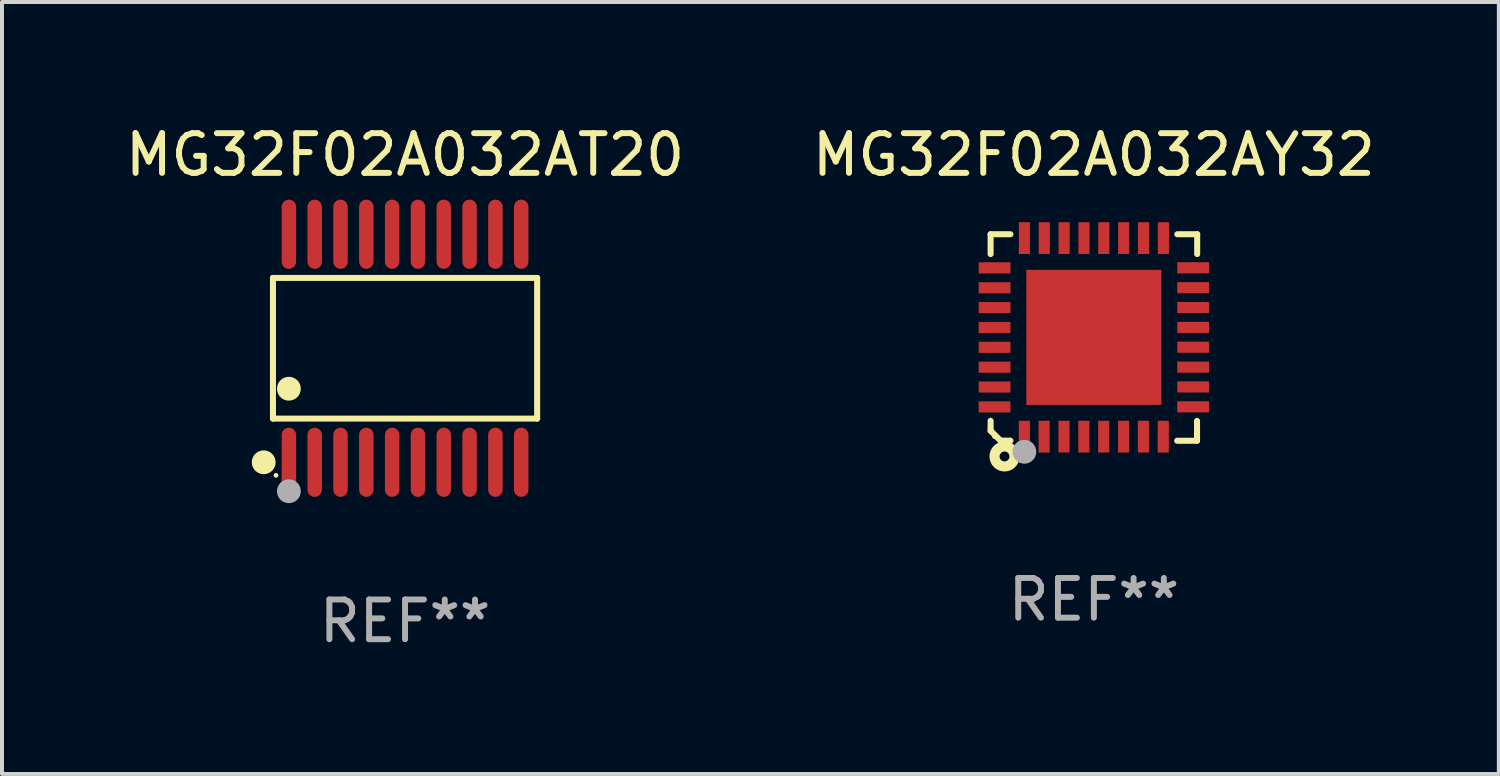
<source format=kicad_pcb>
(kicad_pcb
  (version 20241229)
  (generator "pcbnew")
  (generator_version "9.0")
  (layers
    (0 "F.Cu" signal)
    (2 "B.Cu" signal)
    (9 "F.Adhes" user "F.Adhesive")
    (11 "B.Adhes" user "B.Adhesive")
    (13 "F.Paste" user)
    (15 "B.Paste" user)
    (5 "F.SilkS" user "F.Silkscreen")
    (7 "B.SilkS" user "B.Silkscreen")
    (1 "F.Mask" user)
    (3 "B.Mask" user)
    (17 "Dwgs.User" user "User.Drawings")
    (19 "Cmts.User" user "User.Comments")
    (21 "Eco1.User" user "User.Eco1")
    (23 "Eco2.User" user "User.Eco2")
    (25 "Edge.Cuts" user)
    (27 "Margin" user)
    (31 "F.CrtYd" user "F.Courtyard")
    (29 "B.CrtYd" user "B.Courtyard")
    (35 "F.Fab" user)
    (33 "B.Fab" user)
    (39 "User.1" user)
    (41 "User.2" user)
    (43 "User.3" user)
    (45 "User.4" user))
  (footprint "MG32F02A032AY32"
    (layer "F.Cu")
    (at 24.494 5.448)
    (property "Reference" "MG32F02A032AY32" (at 0 -4.6 0) (layer "F.SilkS") (effects (font (size 1 1) (thickness 0.15))))
    (attr through_hole)
    (fp_line (start -2.601 2.097) (end -2.601 2.347) (stroke (width 0.152) (type solid)) (layer "F.SilkS"))
    (fp_line (start -2.601 2.347) (end -2.351 2.597) (stroke (width 0.152) (type solid)) (layer "F.SilkS"))
    (fp_line (start -2.601 -2.6) (end -2.601 -2.1) (stroke (width 0.152) (type solid)) (layer "F.SilkS"))
    (fp_line (start -2.601 -2.6) (end -2.101 -2.6) (stroke (width 0.152) (type solid)) (layer "F.SilkS"))
    (fp_line (start -2.351 2.597) (end -2.101 2.597) (stroke (width 0.152) (type solid)) (layer "F.SilkS"))
    (fp_line (start 2.597 2.6) (end 2.097 2.6) (stroke (width 0.152) (type solid)) (layer "F.SilkS"))
    (fp_line (start 2.597 2.6) (end 2.597 2.1) (stroke (width 0.152) (type solid)) (layer "F.SilkS"))
    (fp_line (start 2.601 -2.6) (end 2.101 -2.6) (stroke (width 0.152) (type solid)) (layer "F.SilkS"))
    (fp_line (start 2.601 -2.6) (end 2.601 -2.1) (stroke (width 0.152) (type solid)) (layer "F.SilkS"))
    (fp_circle (center -2.501 2.497) (end -2.471 2.497) (stroke (width 0.06) (type solid)) (fill no) (layer "F.SilkS"))
    (fp_circle (center -2.25 2.995) (end -2.125 2.995) (stroke (width 0.254) (type solid)) (fill no) (layer "F.SilkS"))
    (fp_circle (center -1.751 2.878) (end -1.601 2.878) (stroke (width 0.3) (type solid)) (fill no) (layer "F.Fab"))
    (fp_text user "REF**" (at 0 6.6 0) (layer "F.Fab") (effects (font (size 1 1) (thickness 0.15))))
    (pad "1" smd rect (at -1.751 2.497) (size 0.28 0.8) (layers "F.Cu" "F.Mask" "F.Paste"))
    (pad "2" smd rect (at -1.253 2.497) (size 0.28 0.8) (layers "F.Cu" "F.Mask" "F.Paste"))
    (pad "3" smd rect (at -0.753 2.497) (size 0.28 0.8) (layers "F.Cu" "F.Mask" "F.Paste"))
    (pad "4" smd rect (at -0.253 2.497) (size 0.28 0.8) (layers "F.Cu" "F.Mask" "F.Paste"))
    (pad "5" smd rect (at 0.247 2.497) (size 0.28 0.8) (layers "F.Cu" "F.Mask" "F.Paste"))
    (pad "6" smd rect (at 0.747 2.497) (size 0.28 0.8) (layers "F.Cu" "F.Mask" "F.Paste"))
    (pad "7" smd rect (at 1.247 2.497) (size 0.28 0.8) (layers "F.Cu" "F.Mask" "F.Paste"))
    (pad "8" smd rect (at 1.747 2.497) (size 0.28 0.8) (layers "F.Cu" "F.Mask" "F.Paste"))
    (pad "9" smd rect (at 2.499 1.746) (size 0.8 0.28) (layers "F.Cu" "F.Mask" "F.Paste"))
    (pad "10" smd rect (at 2.499 1.245) (size 0.8 0.28) (layers "F.Cu" "F.Mask" "F.Paste"))
    (pad "11" smd rect (at 2.499 0.746) (size 0.8 0.28) (layers "F.Cu" "F.Mask" "F.Paste"))
    (pad "12" smd rect (at 2.499 0.245) (size 0.8 0.28) (layers "F.Cu" "F.Mask" "F.Paste"))
    (pad "13" smd rect (at 2.499 -0.254) (size 0.8 0.28) (layers "F.Cu" "F.Mask" "F.Paste"))
    (pad "14" smd rect (at 2.499 -0.755) (size 0.8 0.28) (layers "F.Cu" "F.Mask" "F.Paste"))
    (pad "15" smd rect (at 2.499 -1.254) (size 0.8 0.28) (layers "F.Cu" "F.Mask" "F.Paste"))
    (pad "16" smd rect (at 2.499 -1.755) (size 0.8 0.28) (layers "F.Cu" "F.Mask" "F.Paste"))
    (pad "17" smd rect (at 1.75 -2.502) (size 0.28 0.8) (layers "F.Cu" "F.Mask" "F.Paste"))
    (pad "18" smd rect (at 1.25 -2.502) (size 0.28 0.8) (layers "F.Cu" "F.Mask" "F.Paste"))
    (pad "19" smd rect (at 0.75 -2.502) (size 0.28 0.8) (layers "F.Cu" "F.Mask" "F.Paste"))
    (pad "20" smd rect (at 0.25 -2.502) (size 0.28 0.8) (layers "F.Cu" "F.Mask" "F.Paste"))
    (pad "21" smd rect (at -0.25 -2.502) (size 0.28 0.8) (layers "F.Cu" "F.Mask" "F.Paste"))
    (pad "22" smd rect (at -0.75 -2.502) (size 0.28 0.8) (layers "F.Cu" "F.Mask" "F.Paste"))
    (pad "23" smd rect (at -1.25 -2.502) (size 0.28 0.8) (layers "F.Cu" "F.Mask" "F.Paste"))
    (pad "24" smd rect (at -1.75 -2.502) (size 0.28 0.8) (layers "F.Cu" "F.Mask" "F.Paste"))
    (pad "25" smd rect (at -2.501 -1.753) (size 0.8 0.28) (layers "F.Cu" "F.Mask" "F.Paste"))
    (pad "26" smd rect (at -2.501 -1.252) (size 0.8 0.28) (layers "F.Cu" "F.Mask" "F.Paste"))
    (pad "27" smd rect (at -2.501 -0.753) (size 0.8 0.28) (layers "F.Cu" "F.Mask" "F.Paste"))
    (pad "28" smd rect (at -2.501 -0.252) (size 0.8 0.28) (layers "F.Cu" "F.Mask" "F.Paste"))
    (pad "29" smd rect (at -2.501 0.247) (size 0.8 0.28) (layers "F.Cu" "F.Mask" "F.Paste"))
    (pad "30" smd rect (at -2.501 0.748) (size 0.8 0.28) (layers "F.Cu" "F.Mask" "F.Paste"))
    (pad "31" smd rect (at -2.501 1.247) (size 0.8 0.28) (layers "F.Cu" "F.Mask" "F.Paste"))
    (pad "32" smd rect (at -2.501 1.748) (size 0.8 0.28) (layers "F.Cu" "F.Mask" "F.Paste"))
    (pad "33" smd rect (at -0.001 -0.003 180) (size 3.4 3.4) (layers "F.Cu" "F.Mask" "F.Paste")))
  (footprint "MG32F02A032AT20"
    (layer "F.Cu")
    (at 7.149 5.719)
    (property "Reference" "MG32F02A032AT20" (at 0 -4.871 0) (layer "F.SilkS") (effects (font (size 1 1) (thickness 0.15))))
    (attr through_hole)
    (fp_line (start -3.326 -1.771) (end 3.326 -1.771) (stroke (width 0.152) (type solid)) (layer "F.SilkS"))
    (fp_line (start -3.326 1.771) (end -3.326 -1.771) (stroke (width 0.152) (type solid)) (layer "F.SilkS"))
    (fp_line (start 3.326 -1.771) (end 3.326 1.771) (stroke (width 0.152) (type solid)) (layer "F.SilkS"))
    (fp_line (start 3.326 1.771) (end -3.326 1.771) (stroke (width 0.152) (type solid)) (layer "F.SilkS"))
    (fp_circle (center -3.559 2.871) (end -3.409 2.871) (stroke (width 0.3) (type solid)) (fill no) (layer "F.SilkS"))
    (fp_circle (center -3.25 3.2) (end -3.22 3.2) (stroke (width 0.06) (type solid)) (fill no) (layer "F.SilkS"))
    (fp_circle (center -2.925 1.019) (end -2.775 1.019) (stroke (width 0.3) (type solid)) (fill no) (layer "F.SilkS"))
    (fp_circle (center -2.925 3.6) (end -2.775 3.6) (stroke (width 0.3) (type solid)) (fill no) (layer "F.Fab"))
    (fp_text user "REF**" (at 0 6.871 0) (layer "F.Fab") (effects (font (size 1 1) (thickness 0.15))))
    (pad "1" smd oval (at -2.925 2.871) (size 0.364 1.742) (layers "F.Cu" "F.Mask" "F.Paste"))
    (pad "2" smd oval (at -2.275 2.871) (size 0.364 1.742) (layers "F.Cu" "F.Mask" "F.Paste"))
    (pad "3" smd oval (at -1.625 2.871) (size 0.364 1.742) (layers "F.Cu" "F.Mask" "F.Paste"))
    (pad "4" smd oval (at -0.975 2.871) (size 0.364 1.742) (layers "F.Cu" "F.Mask" "F.Paste"))
    (pad "5" smd oval (at -0.325 2.871) (size 0.364 1.742) (layers "F.Cu" "F.Mask" "F.Paste"))
    (pad "6" smd oval (at 0.325 2.871) (size 0.364 1.742) (layers "F.Cu" "F.Mask" "F.Paste"))
    (pad "7" smd oval (at 0.975 2.871) (size 0.364 1.742) (layers "F.Cu" "F.Mask" "F.Paste"))
    (pad "8" smd oval (at 1.625 2.871) (size 0.364 1.742) (layers "F.Cu" "F.Mask" "F.Paste"))
    (pad "9" smd oval (at 2.275 2.871) (size 0.364 1.742) (layers "F.Cu" "F.Mask" "F.Paste"))
    (pad "10" smd oval (at 2.925 2.871) (size 0.364 1.742) (layers "F.Cu" "F.Mask" "F.Paste"))
    (pad "11" smd oval (at 2.925 -2.871) (size 0.364 1.742) (layers "F.Cu" "F.Mask" "F.Paste"))
    (pad "12" smd oval (at 2.275 -2.871) (size 0.364 1.742) (layers "F.Cu" "F.Mask" "F.Paste"))
    (pad "13" smd oval (at 1.625 -2.871) (size 0.364 1.742) (layers "F.Cu" "F.Mask" "F.Paste"))
    (pad "14" smd oval (at 0.975 -2.871) (size 0.364 1.742) (layers "F.Cu" "F.Mask" "F.Paste"))
    (pad "15" smd oval (at 0.325 -2.871) (size 0.364 1.742) (layers "F.Cu" "F.Mask" "F.Paste"))
    (pad "16" smd oval (at -0.325 -2.871) (size 0.364 1.742) (layers "F.Cu" "F.Mask" "F.Paste"))
    (pad "17" smd oval (at -0.975 -2.871) (size 0.364 1.742) (layers "F.Cu" "F.Mask" "F.Paste"))
    (pad "18" smd oval (at -1.625 -2.871) (size 0.364 1.742) (layers "F.Cu" "F.Mask" "F.Paste"))
    (pad "19" smd oval (at -2.275 -2.871) (size 0.364 1.742) (layers "F.Cu" "F.Mask" "F.Paste"))
    (pad "20" smd oval (at -2.925 -2.871) (size 0.364 1.742) (layers "F.Cu" "F.Mask" "F.Paste")))
  (gr_rect
    (start -3 -3)
    (end 34.69 16.438)
    (stroke (width 0.1) (type default))
    (fill no)
    (layer "Edge.Cuts")))
</source>
